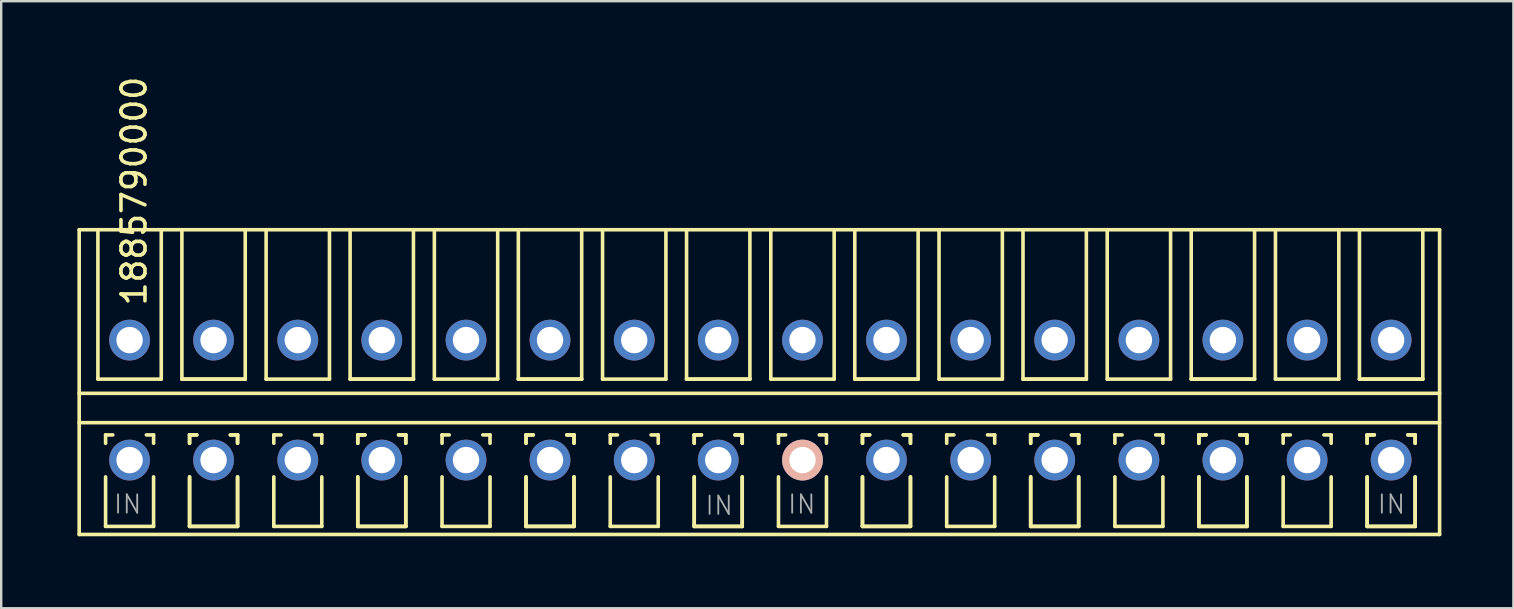
<source format=kicad_pcb>
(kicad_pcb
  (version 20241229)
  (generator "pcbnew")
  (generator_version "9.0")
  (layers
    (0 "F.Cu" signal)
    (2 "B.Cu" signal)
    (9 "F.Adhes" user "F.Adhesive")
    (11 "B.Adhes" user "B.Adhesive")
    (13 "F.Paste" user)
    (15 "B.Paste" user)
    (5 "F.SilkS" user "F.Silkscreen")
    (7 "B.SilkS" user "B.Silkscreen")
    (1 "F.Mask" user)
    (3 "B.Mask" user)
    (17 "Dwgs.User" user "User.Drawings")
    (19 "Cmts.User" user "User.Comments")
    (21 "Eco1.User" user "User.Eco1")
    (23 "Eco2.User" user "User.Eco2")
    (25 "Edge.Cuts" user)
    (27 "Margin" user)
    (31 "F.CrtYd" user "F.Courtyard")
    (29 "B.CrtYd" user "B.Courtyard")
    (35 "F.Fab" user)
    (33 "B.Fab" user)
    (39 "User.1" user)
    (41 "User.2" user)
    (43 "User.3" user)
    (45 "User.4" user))
  (footprint "1885790000"
    (layer "F.Cu")
    (at 0.25 6.523)
    (property "Reference" "1885790000" (at 2.286 3.251 90) (layer "F.SilkS") (effects (font (size 1 1) (thickness 0.15)) (justify left)))
    (attr through_hole)
    (fp_line (start 0 0) (end 56.693 0) (stroke (width 0.15) (type solid)) (layer "F.SilkS"))
    (fp_line (start 0 6.818) (end 56.693 6.818) (stroke (width 0.15) (type solid)) (layer "F.SilkS"))
    (fp_line (start 0 8.041) (end 56.693 8.041) (stroke (width 0.15) (type solid)) (layer "F.SilkS"))
    (fp_line (start 0 12.7) (end 0 0) (stroke (width 0.15) (type solid)) (layer "F.SilkS"))
    (fp_line (start 0 12.7) (end 56.693 12.7) (stroke (width 0.15) (type solid)) (layer "F.SilkS"))
    (fp_line (start 0.78 6.226) (end 0.78 0) (stroke (width 0.15) (type solid)) (layer "F.SilkS"))
    (fp_line (start 0.78 6.226) (end 3.42 6.226) (stroke (width 0.15) (type solid)) (layer "F.SilkS"))
    (fp_line (start 1.1 8.551) (end 1.4 8.551) (stroke (width 0.15) (type solid)) (layer "F.SilkS"))
    (fp_line (start 1.1 8.9) (end 1.1 8.551) (stroke (width 0.15) (type solid)) (layer "F.SilkS"))
    (fp_line (start 1.1 12.363) (end 1.1 10.3) (stroke (width 0.15) (type solid)) (layer "F.SilkS"))
    (fp_line (start 1.1 12.363) (end 3.1 12.363) (stroke (width 0.15) (type solid)) (layer "F.SilkS"))
    (fp_line (start 2.8 8.551) (end 3.1 8.551) (stroke (width 0.15) (type solid)) (layer "F.SilkS"))
    (fp_line (start 3.1 8.9) (end 3.1 8.551) (stroke (width 0.15) (type solid)) (layer "F.SilkS"))
    (fp_line (start 3.1 12.363) (end 3.1 10.3) (stroke (width 0.15) (type solid)) (layer "F.SilkS"))
    (fp_line (start 3.42 6.226) (end 3.42 0) (stroke (width 0.15) (type solid)) (layer "F.SilkS"))
    (fp_line (start 4.28 6.226) (end 4.28 0) (stroke (width 0.15) (type solid)) (layer "F.SilkS"))
    (fp_line (start 4.28 6.226) (end 6.92 6.226) (stroke (width 0.15) (type solid)) (layer "F.SilkS"))
    (fp_line (start 4.28 6.226) (end 6.92 6.226) (stroke (width 0.15) (type solid)) (layer "F.SilkS"))
    (fp_line (start 4.6 8.551) (end 4.9 8.551) (stroke (width 0.15) (type solid)) (layer "F.SilkS"))
    (fp_line (start 4.6 8.551) (end 4.9 8.551) (stroke (width 0.15) (type solid)) (layer "F.SilkS"))
    (fp_line (start 4.6 8.9) (end 4.6 8.551) (stroke (width 0.15) (type solid)) (layer "F.SilkS"))
    (fp_line (start 4.6 8.9) (end 4.6 8.551) (stroke (width 0.15) (type solid)) (layer "F.SilkS"))
    (fp_line (start 4.6 12.363) (end 4.6 10.3) (stroke (width 0.15) (type solid)) (layer "F.SilkS"))
    (fp_line (start 4.6 12.363) (end 4.6 10.3) (stroke (width 0.15) (type solid)) (layer "F.SilkS"))
    (fp_line (start 4.6 12.363) (end 6.6 12.363) (stroke (width 0.15) (type solid)) (layer "F.SilkS"))
    (fp_line (start 4.6 12.363) (end 6.6 12.363) (stroke (width 0.15) (type solid)) (layer "F.SilkS"))
    (fp_line (start 6.3 8.551) (end 6.6 8.551) (stroke (width 0.15) (type solid)) (layer "F.SilkS"))
    (fp_line (start 6.3 8.551) (end 6.6 8.551) (stroke (width 0.15) (type solid)) (layer "F.SilkS"))
    (fp_line (start 6.6 8.9) (end 6.6 8.551) (stroke (width 0.15) (type solid)) (layer "F.SilkS"))
    (fp_line (start 6.6 8.9) (end 6.6 8.551) (stroke (width 0.15) (type solid)) (layer "F.SilkS"))
    (fp_line (start 6.6 12.363) (end 6.6 10.3) (stroke (width 0.15) (type solid)) (layer "F.SilkS"))
    (fp_line (start 6.6 12.363) (end 6.6 10.3) (stroke (width 0.15) (type solid)) (layer "F.SilkS"))
    (fp_line (start 6.92 6.226) (end 6.92 0) (stroke (width 0.15) (type solid)) (layer "F.SilkS"))
    (fp_line (start 7.79 6.226) (end 7.79 0) (stroke (width 0.15) (type solid)) (layer "F.SilkS"))
    (fp_line (start 7.79 6.226) (end 10.43 6.226) (stroke (width 0.15) (type solid)) (layer "F.SilkS"))
    (fp_line (start 8.11 8.551) (end 8.41 8.551) (stroke (width 0.15) (type solid)) (layer "F.SilkS"))
    (fp_line (start 8.11 8.9) (end 8.11 8.551) (stroke (width 0.15) (type solid)) (layer "F.SilkS"))
    (fp_line (start 8.11 12.363) (end 8.11 10.3) (stroke (width 0.15) (type solid)) (layer "F.SilkS"))
    (fp_line (start 8.11 12.363) (end 10.11 12.363) (stroke (width 0.15) (type solid)) (layer "F.SilkS"))
    (fp_line (start 9.81 8.551) (end 10.11 8.551) (stroke (width 0.15) (type solid)) (layer "F.SilkS"))
    (fp_line (start 10.11 8.9) (end 10.11 8.551) (stroke (width 0.15) (type solid)) (layer "F.SilkS"))
    (fp_line (start 10.11 12.363) (end 10.11 10.3) (stroke (width 0.15) (type solid)) (layer "F.SilkS"))
    (fp_line (start 10.43 6.226) (end 10.43 0) (stroke (width 0.15) (type solid)) (layer "F.SilkS"))
    (fp_line (start 11.29 6.226) (end 11.29 0) (stroke (width 0.15) (type solid)) (layer "F.SilkS"))
    (fp_line (start 11.29 6.226) (end 13.93 6.226) (stroke (width 0.15) (type solid)) (layer "F.SilkS"))
    (fp_line (start 11.29 6.226) (end 13.93 6.226) (stroke (width 0.15) (type solid)) (layer "F.SilkS"))
    (fp_line (start 11.61 8.551) (end 11.91 8.551) (stroke (width 0.15) (type solid)) (layer "F.SilkS"))
    (fp_line (start 11.61 8.551) (end 11.91 8.551) (stroke (width 0.15) (type solid)) (layer "F.SilkS"))
    (fp_line (start 11.61 8.9) (end 11.61 8.551) (stroke (width 0.15) (type solid)) (layer "F.SilkS"))
    (fp_line (start 11.61 8.9) (end 11.61 8.551) (stroke (width 0.15) (type solid)) (layer "F.SilkS"))
    (fp_line (start 11.61 12.363) (end 11.61 10.3) (stroke (width 0.15) (type solid)) (layer "F.SilkS"))
    (fp_line (start 11.61 12.363) (end 11.61 10.3) (stroke (width 0.15) (type solid)) (layer "F.SilkS"))
    (fp_line (start 11.61 12.363) (end 13.61 12.363) (stroke (width 0.15) (type solid)) (layer "F.SilkS"))
    (fp_line (start 11.61 12.363) (end 13.61 12.363) (stroke (width 0.15) (type solid)) (layer "F.SilkS"))
    (fp_line (start 13.31 8.551) (end 13.61 8.551) (stroke (width 0.15) (type solid)) (layer "F.SilkS"))
    (fp_line (start 13.31 8.551) (end 13.61 8.551) (stroke (width 0.15) (type solid)) (layer "F.SilkS"))
    (fp_line (start 13.61 8.9) (end 13.61 8.551) (stroke (width 0.15) (type solid)) (layer "F.SilkS"))
    (fp_line (start 13.61 8.9) (end 13.61 8.551) (stroke (width 0.15) (type solid)) (layer "F.SilkS"))
    (fp_line (start 13.61 12.363) (end 13.61 10.3) (stroke (width 0.15) (type solid)) (layer "F.SilkS"))
    (fp_line (start 13.61 12.363) (end 13.61 10.3) (stroke (width 0.15) (type solid)) (layer "F.SilkS"))
    (fp_line (start 13.93 6.226) (end 13.93 0) (stroke (width 0.15) (type solid)) (layer "F.SilkS"))
    (fp_line (start 14.801 6.226) (end 14.801 0) (stroke (width 0.15) (type solid)) (layer "F.SilkS"))
    (fp_line (start 14.801 6.226) (end 17.441 6.226) (stroke (width 0.15) (type solid)) (layer "F.SilkS"))
    (fp_line (start 15.121 8.551) (end 15.421 8.551) (stroke (width 0.15) (type solid)) (layer "F.SilkS"))
    (fp_line (start 15.121 8.9) (end 15.121 8.551) (stroke (width 0.15) (type solid)) (layer "F.SilkS"))
    (fp_line (start 15.121 12.363) (end 15.121 10.3) (stroke (width 0.15) (type solid)) (layer "F.SilkS"))
    (fp_line (start 15.121 12.363) (end 17.121 12.363) (stroke (width 0.15) (type solid)) (layer "F.SilkS"))
    (fp_line (start 16.821 8.551) (end 17.121 8.551) (stroke (width 0.15) (type solid)) (layer "F.SilkS"))
    (fp_line (start 17.121 8.9) (end 17.121 8.551) (stroke (width 0.15) (type solid)) (layer "F.SilkS"))
    (fp_line (start 17.121 12.363) (end 17.121 10.3) (stroke (width 0.15) (type solid)) (layer "F.SilkS"))
    (fp_line (start 17.441 6.226) (end 17.441 0) (stroke (width 0.15) (type solid)) (layer "F.SilkS"))
    (fp_line (start 18.301 6.226) (end 18.301 0) (stroke (width 0.15) (type solid)) (layer "F.SilkS"))
    (fp_line (start 18.301 6.226) (end 20.941 6.226) (stroke (width 0.15) (type solid)) (layer "F.SilkS"))
    (fp_line (start 18.301 6.226) (end 20.941 6.226) (stroke (width 0.15) (type solid)) (layer "F.SilkS"))
    (fp_line (start 18.621 8.551) (end 18.921 8.551) (stroke (width 0.15) (type solid)) (layer "F.SilkS"))
    (fp_line (start 18.621 8.551) (end 18.921 8.551) (stroke (width 0.15) (type solid)) (layer "F.SilkS"))
    (fp_line (start 18.621 8.9) (end 18.621 8.551) (stroke (width 0.15) (type solid)) (layer "F.SilkS"))
    (fp_line (start 18.621 8.9) (end 18.621 8.551) (stroke (width 0.15) (type solid)) (layer "F.SilkS"))
    (fp_line (start 18.621 12.363) (end 18.621 10.3) (stroke (width 0.15) (type solid)) (layer "F.SilkS"))
    (fp_line (start 18.621 12.363) (end 18.621 10.3) (stroke (width 0.15) (type solid)) (layer "F.SilkS"))
    (fp_line (start 18.621 12.363) (end 20.621 12.363) (stroke (width 0.15) (type solid)) (layer "F.SilkS"))
    (fp_line (start 18.621 12.363) (end 20.621 12.363) (stroke (width 0.15) (type solid)) (layer "F.SilkS"))
    (fp_line (start 20.321 8.551) (end 20.621 8.551) (stroke (width 0.15) (type solid)) (layer "F.SilkS"))
    (fp_line (start 20.321 8.551) (end 20.621 8.551) (stroke (width 0.15) (type solid)) (layer "F.SilkS"))
    (fp_line (start 20.621 8.9) (end 20.621 8.551) (stroke (width 0.15) (type solid)) (layer "F.SilkS"))
    (fp_line (start 20.621 8.9) (end 20.621 8.551) (stroke (width 0.15) (type solid)) (layer "F.SilkS"))
    (fp_line (start 20.621 12.363) (end 20.621 10.3) (stroke (width 0.15) (type solid)) (layer "F.SilkS"))
    (fp_line (start 20.621 12.363) (end 20.621 10.3) (stroke (width 0.15) (type solid)) (layer "F.SilkS"))
    (fp_line (start 20.941 6.226) (end 20.941 0) (stroke (width 0.15) (type solid)) (layer "F.SilkS"))
    (fp_line (start 21.811 6.226) (end 21.811 0) (stroke (width 0.15) (type solid)) (layer "F.SilkS"))
    (fp_line (start 21.811 6.226) (end 24.451 6.226) (stroke (width 0.15) (type solid)) (layer "F.SilkS"))
    (fp_line (start 22.131 8.551) (end 22.431 8.551) (stroke (width 0.15) (type solid)) (layer "F.SilkS"))
    (fp_line (start 22.131 8.9) (end 22.131 8.551) (stroke (width 0.15) (type solid)) (layer "F.SilkS"))
    (fp_line (start 22.131 12.363) (end 22.131 10.3) (stroke (width 0.15) (type solid)) (layer "F.SilkS"))
    (fp_line (start 22.131 12.363) (end 24.131 12.363) (stroke (width 0.15) (type solid)) (layer "F.SilkS"))
    (fp_line (start 23.831 8.551) (end 24.131 8.551) (stroke (width 0.15) (type solid)) (layer "F.SilkS"))
    (fp_line (start 24.131 8.9) (end 24.131 8.551) (stroke (width 0.15) (type solid)) (layer "F.SilkS"))
    (fp_line (start 24.131 12.363) (end 24.131 10.3) (stroke (width 0.15) (type solid)) (layer "F.SilkS"))
    (fp_line (start 24.451 6.226) (end 24.451 0) (stroke (width 0.15) (type solid)) (layer "F.SilkS"))
    (fp_line (start 25.311 6.226) (end 25.311 0) (stroke (width 0.15) (type solid)) (layer "F.SilkS"))
    (fp_line (start 25.311 6.226) (end 27.951 6.226) (stroke (width 0.15) (type solid)) (layer "F.SilkS"))
    (fp_line (start 25.311 6.226) (end 27.951 6.226) (stroke (width 0.15) (type solid)) (layer "F.SilkS"))
    (fp_line (start 25.631 8.551) (end 25.931 8.551) (stroke (width 0.15) (type solid)) (layer "F.SilkS"))
    (fp_line (start 25.631 8.551) (end 25.931 8.551) (stroke (width 0.15) (type solid)) (layer "F.SilkS"))
    (fp_line (start 25.631 8.9) (end 25.631 8.551) (stroke (width 0.15) (type solid)) (layer "F.SilkS"))
    (fp_line (start 25.631 8.9) (end 25.631 8.551) (stroke (width 0.15) (type solid)) (layer "F.SilkS"))
    (fp_line (start 25.631 12.363) (end 25.631 10.3) (stroke (width 0.15) (type solid)) (layer "F.SilkS"))
    (fp_line (start 25.631 12.363) (end 25.631 10.3) (stroke (width 0.15) (type solid)) (layer "F.SilkS"))
    (fp_line (start 25.631 12.363) (end 27.631 12.363) (stroke (width 0.15) (type solid)) (layer "F.SilkS"))
    (fp_line (start 25.631 12.363) (end 27.631 12.363) (stroke (width 0.15) (type solid)) (layer "F.SilkS"))
    (fp_line (start 27.331 8.551) (end 27.631 8.551) (stroke (width 0.15) (type solid)) (layer "F.SilkS"))
    (fp_line (start 27.331 8.551) (end 27.631 8.551) (stroke (width 0.15) (type solid)) (layer "F.SilkS"))
    (fp_line (start 27.631 8.9) (end 27.631 8.551) (stroke (width 0.15) (type solid)) (layer "F.SilkS"))
    (fp_line (start 27.631 8.9) (end 27.631 8.551) (stroke (width 0.15) (type solid)) (layer "F.SilkS"))
    (fp_line (start 27.631 12.363) (end 27.631 10.3) (stroke (width 0.15) (type solid)) (layer "F.SilkS"))
    (fp_line (start 27.631 12.363) (end 27.631 10.3) (stroke (width 0.15) (type solid)) (layer "F.SilkS"))
    (fp_line (start 27.951 6.226) (end 27.951 0) (stroke (width 0.15) (type solid)) (layer "F.SilkS"))
    (fp_line (start 28.822 6.226) (end 28.822 0) (stroke (width 0.15) (type solid)) (layer "F.SilkS"))
    (fp_line (start 28.822 6.226) (end 31.462 6.226) (stroke (width 0.15) (type solid)) (layer "F.SilkS"))
    (fp_line (start 29.142 8.551) (end 29.442 8.551) (stroke (width 0.15) (type solid)) (layer "F.SilkS"))
    (fp_line (start 29.142 8.9) (end 29.142 8.551) (stroke (width 0.15) (type solid)) (layer "F.SilkS"))
    (fp_line (start 29.142 12.363) (end 29.142 10.3) (stroke (width 0.15) (type solid)) (layer "F.SilkS"))
    (fp_line (start 29.142 12.363) (end 31.142 12.363) (stroke (width 0.15) (type solid)) (layer "F.SilkS"))
    (fp_line (start 30.842 8.551) (end 31.142 8.551) (stroke (width 0.15) (type solid)) (layer "F.SilkS"))
    (fp_line (start 31.142 8.9) (end 31.142 8.551) (stroke (width 0.15) (type solid)) (layer "F.SilkS"))
    (fp_line (start 31.142 12.363) (end 31.142 10.3) (stroke (width 0.15) (type solid)) (layer "F.SilkS"))
    (fp_line (start 31.462 6.226) (end 31.462 0) (stroke (width 0.15) (type solid)) (layer "F.SilkS"))
    (fp_line (start 32.322 6.226) (end 32.322 0) (stroke (width 0.15) (type solid)) (layer "F.SilkS"))
    (fp_line (start 32.322 6.226) (end 34.962 6.226) (stroke (width 0.15) (type solid)) (layer "F.SilkS"))
    (fp_line (start 32.322 6.226) (end 34.962 6.226) (stroke (width 0.15) (type solid)) (layer "F.SilkS"))
    (fp_line (start 32.642 8.551) (end 32.942 8.551) (stroke (width 0.15) (type solid)) (layer "F.SilkS"))
    (fp_line (start 32.642 8.551) (end 32.942 8.551) (stroke (width 0.15) (type solid)) (layer "F.SilkS"))
    (fp_line (start 32.642 8.9) (end 32.642 8.551) (stroke (width 0.15) (type solid)) (layer "F.SilkS"))
    (fp_line (start 32.642 8.9) (end 32.642 8.551) (stroke (width 0.15) (type solid)) (layer "F.SilkS"))
    (fp_line (start 32.642 12.363) (end 32.642 10.3) (stroke (width 0.15) (type solid)) (layer "F.SilkS"))
    (fp_line (start 32.642 12.363) (end 32.642 10.3) (stroke (width 0.15) (type solid)) (layer "F.SilkS"))
    (fp_line (start 32.642 12.363) (end 34.642 12.363) (stroke (width 0.15) (type solid)) (layer "F.SilkS"))
    (fp_line (start 32.642 12.363) (end 34.642 12.363) (stroke (width 0.15) (type solid)) (layer "F.SilkS"))
    (fp_line (start 34.342 8.551) (end 34.642 8.551) (stroke (width 0.15) (type solid)) (layer "F.SilkS"))
    (fp_line (start 34.342 8.551) (end 34.642 8.551) (stroke (width 0.15) (type solid)) (layer "F.SilkS"))
    (fp_line (start 34.642 8.9) (end 34.642 8.551) (stroke (width 0.15) (type solid)) (layer "F.SilkS"))
    (fp_line (start 34.642 8.9) (end 34.642 8.551) (stroke (width 0.15) (type solid)) (layer "F.SilkS"))
    (fp_line (start 34.642 12.363) (end 34.642 10.3) (stroke (width 0.15) (type solid)) (layer "F.SilkS"))
    (fp_line (start 34.642 12.363) (end 34.642 10.3) (stroke (width 0.15) (type solid)) (layer "F.SilkS"))
    (fp_line (start 34.962 6.226) (end 34.962 0) (stroke (width 0.15) (type solid)) (layer "F.SilkS"))
    (fp_line (start 35.832 6.226) (end 35.832 0) (stroke (width 0.15) (type solid)) (layer "F.SilkS"))
    (fp_line (start 35.832 6.226) (end 38.472 6.226) (stroke (width 0.15) (type solid)) (layer "F.SilkS"))
    (fp_line (start 36.152 8.551) (end 36.452 8.551) (stroke (width 0.15) (type solid)) (layer "F.SilkS"))
    (fp_line (start 36.152 8.9) (end 36.152 8.551) (stroke (width 0.15) (type solid)) (layer "F.SilkS"))
    (fp_line (start 36.152 12.363) (end 36.152 10.3) (stroke (width 0.15) (type solid)) (layer "F.SilkS"))
    (fp_line (start 36.152 12.363) (end 38.152 12.363) (stroke (width 0.15) (type solid)) (layer "F.SilkS"))
    (fp_line (start 37.852 8.551) (end 38.152 8.551) (stroke (width 0.15) (type solid)) (layer "F.SilkS"))
    (fp_line (start 38.152 8.9) (end 38.152 8.551) (stroke (width 0.15) (type solid)) (layer "F.SilkS"))
    (fp_line (start 38.152 12.363) (end 38.152 10.3) (stroke (width 0.15) (type solid)) (layer "F.SilkS"))
    (fp_line (start 38.472 6.226) (end 38.472 0) (stroke (width 0.15) (type solid)) (layer "F.SilkS"))
    (fp_line (start 39.332 6.226) (end 39.332 0) (stroke (width 0.15) (type solid)) (layer "F.SilkS"))
    (fp_line (start 39.332 6.226) (end 41.972 6.226) (stroke (width 0.15) (type solid)) (layer "F.SilkS"))
    (fp_line (start 39.332 6.226) (end 41.972 6.226) (stroke (width 0.15) (type solid)) (layer "F.SilkS"))
    (fp_line (start 39.652 8.551) (end 39.952 8.551) (stroke (width 0.15) (type solid)) (layer "F.SilkS"))
    (fp_line (start 39.652 8.551) (end 39.952 8.551) (stroke (width 0.15) (type solid)) (layer "F.SilkS"))
    (fp_line (start 39.652 8.9) (end 39.652 8.551) (stroke (width 0.15) (type solid)) (layer "F.SilkS"))
    (fp_line (start 39.652 8.9) (end 39.652 8.551) (stroke (width 0.15) (type solid)) (layer "F.SilkS"))
    (fp_line (start 39.652 12.363) (end 39.652 10.3) (stroke (width 0.15) (type solid)) (layer "F.SilkS"))
    (fp_line (start 39.652 12.363) (end 39.652 10.3) (stroke (width 0.15) (type solid)) (layer "F.SilkS"))
    (fp_line (start 39.652 12.363) (end 41.652 12.363) (stroke (width 0.15) (type solid)) (layer "F.SilkS"))
    (fp_line (start 39.652 12.363) (end 41.652 12.363) (stroke (width 0.15) (type solid)) (layer "F.SilkS"))
    (fp_line (start 41.352 8.551) (end 41.652 8.551) (stroke (width 0.15) (type solid)) (layer "F.SilkS"))
    (fp_line (start 41.352 8.551) (end 41.652 8.551) (stroke (width 0.15) (type solid)) (layer "F.SilkS"))
    (fp_line (start 41.652 8.9) (end 41.652 8.551) (stroke (width 0.15) (type solid)) (layer "F.SilkS"))
    (fp_line (start 41.652 8.9) (end 41.652 8.551) (stroke (width 0.15) (type solid)) (layer "F.SilkS"))
    (fp_line (start 41.652 12.363) (end 41.652 10.3) (stroke (width 0.15) (type solid)) (layer "F.SilkS"))
    (fp_line (start 41.652 12.363) (end 41.652 10.3) (stroke (width 0.15) (type solid)) (layer "F.SilkS"))
    (fp_line (start 41.972 6.226) (end 41.972 0) (stroke (width 0.15) (type solid)) (layer "F.SilkS"))
    (fp_line (start 42.842 6.226) (end 42.842 0) (stroke (width 0.15) (type solid)) (layer "F.SilkS"))
    (fp_line (start 42.842 6.226) (end 45.482 6.226) (stroke (width 0.15) (type solid)) (layer "F.SilkS"))
    (fp_line (start 43.162 8.551) (end 43.462 8.551) (stroke (width 0.15) (type solid)) (layer "F.SilkS"))
    (fp_line (start 43.162 8.9) (end 43.162 8.551) (stroke (width 0.15) (type solid)) (layer "F.SilkS"))
    (fp_line (start 43.162 12.363) (end 43.162 10.3) (stroke (width 0.15) (type solid)) (layer "F.SilkS"))
    (fp_line (start 43.162 12.363) (end 45.162 12.363) (stroke (width 0.15) (type solid)) (layer "F.SilkS"))
    (fp_line (start 44.862 8.551) (end 45.162 8.551) (stroke (width 0.15) (type solid)) (layer "F.SilkS"))
    (fp_line (start 45.162 8.9) (end 45.162 8.551) (stroke (width 0.15) (type solid)) (layer "F.SilkS"))
    (fp_line (start 45.162 12.363) (end 45.162 10.3) (stroke (width 0.15) (type solid)) (layer "F.SilkS"))
    (fp_line (start 45.482 6.226) (end 45.482 0) (stroke (width 0.15) (type solid)) (layer "F.SilkS"))
    (fp_line (start 46.342 6.226) (end 46.342 0) (stroke (width 0.15) (type solid)) (layer "F.SilkS"))
    (fp_line (start 46.342 6.226) (end 48.982 6.226) (stroke (width 0.15) (type solid)) (layer "F.SilkS"))
    (fp_line (start 46.342 6.226) (end 48.982 6.226) (stroke (width 0.15) (type solid)) (layer "F.SilkS"))
    (fp_line (start 46.662 8.551) (end 46.962 8.551) (stroke (width 0.15) (type solid)) (layer "F.SilkS"))
    (fp_line (start 46.662 8.551) (end 46.962 8.551) (stroke (width 0.15) (type solid)) (layer "F.SilkS"))
    (fp_line (start 46.662 8.9) (end 46.662 8.551) (stroke (width 0.15) (type solid)) (layer "F.SilkS"))
    (fp_line (start 46.662 8.9) (end 46.662 8.551) (stroke (width 0.15) (type solid)) (layer "F.SilkS"))
    (fp_line (start 46.662 12.363) (end 46.662 10.3) (stroke (width 0.15) (type solid)) (layer "F.SilkS"))
    (fp_line (start 46.662 12.363) (end 46.662 10.3) (stroke (width 0.15) (type solid)) (layer "F.SilkS"))
    (fp_line (start 46.662 12.363) (end 48.662 12.363) (stroke (width 0.15) (type solid)) (layer "F.SilkS"))
    (fp_line (start 46.662 12.363) (end 48.662 12.363) (stroke (width 0.15) (type solid)) (layer "F.SilkS"))
    (fp_line (start 48.362 8.551) (end 48.662 8.551) (stroke (width 0.15) (type solid)) (layer "F.SilkS"))
    (fp_line (start 48.362 8.551) (end 48.662 8.551) (stroke (width 0.15) (type solid)) (layer "F.SilkS"))
    (fp_line (start 48.662 8.9) (end 48.662 8.551) (stroke (width 0.15) (type solid)) (layer "F.SilkS"))
    (fp_line (start 48.662 8.9) (end 48.662 8.551) (stroke (width 0.15) (type solid)) (layer "F.SilkS"))
    (fp_line (start 48.662 12.363) (end 48.662 10.3) (stroke (width 0.15) (type solid)) (layer "F.SilkS"))
    (fp_line (start 48.662 12.363) (end 48.662 10.3) (stroke (width 0.15) (type solid)) (layer "F.SilkS"))
    (fp_line (start 48.982 6.226) (end 48.982 0) (stroke (width 0.15) (type solid)) (layer "F.SilkS"))
    (fp_line (start 49.853 6.226) (end 49.853 0) (stroke (width 0.15) (type solid)) (layer "F.SilkS"))
    (fp_line (start 49.853 6.226) (end 52.493 6.226) (stroke (width 0.15) (type solid)) (layer "F.SilkS"))
    (fp_line (start 50.173 8.551) (end 50.473 8.551) (stroke (width 0.15) (type solid)) (layer "F.SilkS"))
    (fp_line (start 50.173 8.9) (end 50.173 8.551) (stroke (width 0.15) (type solid)) (layer "F.SilkS"))
    (fp_line (start 50.173 12.363) (end 50.173 10.3) (stroke (width 0.15) (type solid)) (layer "F.SilkS"))
    (fp_line (start 50.173 12.363) (end 52.173 12.363) (stroke (width 0.15) (type solid)) (layer "F.SilkS"))
    (fp_line (start 51.873 8.551) (end 52.173 8.551) (stroke (width 0.15) (type solid)) (layer "F.SilkS"))
    (fp_line (start 52.173 8.9) (end 52.173 8.551) (stroke (width 0.15) (type solid)) (layer "F.SilkS"))
    (fp_line (start 52.173 12.363) (end 52.173 10.3) (stroke (width 0.15) (type solid)) (layer "F.SilkS"))
    (fp_line (start 52.493 6.226) (end 52.493 0) (stroke (width 0.15) (type solid)) (layer "F.SilkS"))
    (fp_line (start 53.353 6.226) (end 53.353 0) (stroke (width 0.15) (type solid)) (layer "F.SilkS"))
    (fp_line (start 53.353 6.226) (end 55.993 6.226) (stroke (width 0.15) (type solid)) (layer "F.SilkS"))
    (fp_line (start 53.353 6.226) (end 55.993 6.226) (stroke (width 0.15) (type solid)) (layer "F.SilkS"))
    (fp_line (start 53.673 8.551) (end 53.973 8.551) (stroke (width 0.15) (type solid)) (layer "F.SilkS"))
    (fp_line (start 53.673 8.551) (end 53.973 8.551) (stroke (width 0.15) (type solid)) (layer "F.SilkS"))
    (fp_line (start 53.673 8.9) (end 53.673 8.551) (stroke (width 0.15) (type solid)) (layer "F.SilkS"))
    (fp_line (start 53.673 8.9) (end 53.673 8.551) (stroke (width 0.15) (type solid)) (layer "F.SilkS"))
    (fp_line (start 53.673 12.363) (end 53.673 10.3) (stroke (width 0.15) (type solid)) (layer "F.SilkS"))
    (fp_line (start 53.673 12.363) (end 53.673 10.3) (stroke (width 0.15) (type solid)) (layer "F.SilkS"))
    (fp_line (start 53.673 12.363) (end 55.673 12.363) (stroke (width 0.15) (type solid)) (layer "F.SilkS"))
    (fp_line (start 53.673 12.363) (end 55.673 12.363) (stroke (width 0.15) (type solid)) (layer "F.SilkS"))
    (fp_line (start 55.373 8.551) (end 55.673 8.551) (stroke (width 0.15) (type solid)) (layer "F.SilkS"))
    (fp_line (start 55.373 8.551) (end 55.673 8.551) (stroke (width 0.15) (type solid)) (layer "F.SilkS"))
    (fp_line (start 55.673 8.9) (end 55.673 8.551) (stroke (width 0.15) (type solid)) (layer "F.SilkS"))
    (fp_line (start 55.673 8.9) (end 55.673 8.551) (stroke (width 0.15) (type solid)) (layer "F.SilkS"))
    (fp_line (start 55.673 12.363) (end 55.673 10.3) (stroke (width 0.15) (type solid)) (layer "F.SilkS"))
    (fp_line (start 55.673 12.363) (end 55.673 10.3) (stroke (width 0.15) (type solid)) (layer "F.SilkS"))
    (fp_line (start 55.993 6.226) (end 55.993 0) (stroke (width 0.15) (type solid)) (layer "F.SilkS"))
    (fp_line (start 56.693 12.7) (end 56.693 0) (stroke (width 0.15) (type solid)) (layer "F.SilkS"))
    (fp_text user "IN" (at 26.67 11.493 0) (layer "F.Fab") (effects (font (size 0.762 0.762) (thickness 0.076))))
    (fp_text user "IN" (at 54.686 11.443 0) (layer "F.Fab") (effects (font (size 0.762 0.762) (thickness 0.076))))
    (fp_text user "IN" (at 2.019 11.443 0) (layer "F.Fab") (effects (font (size 0.762 0.762) (thickness 0.076))))
    (fp_text user "IN" (at 30.112 11.443 0) (layer "F.Fab") (effects (font (size 0.762 0.762) (thickness 0.076))))
    (pad "1" thru_hole circle (at 2.1 4.6) (size 1.7 1.7) (drill 1.1) (layers "*.Cu" "*.Mask"))
    (pad "1" thru_hole circle (at 2.1 9.6) (size 1.7 1.7) (drill 1.1) (layers "*.Cu" "*.Mask"))
    (pad "2" thru_hole circle (at 5.6 4.6) (size 1.7 1.7) (drill 1.1) (layers "*.Cu" "*.Mask"))
    (pad "2" thru_hole circle (at 5.6 9.6) (size 1.7 1.7) (drill 1.1) (layers "*.Cu" "*.Mask"))
    (pad "3" thru_hole circle (at 9.11 4.6) (size 1.7 1.7) (drill 1.1) (layers "*.Cu" "*.Mask"))
    (pad "3" thru_hole circle (at 9.11 9.6) (size 1.7 1.7) (drill 1.1) (layers "*.Cu" "*.Mask"))
    (pad "4" thru_hole circle (at 12.61 4.6) (size 1.7 1.7) (drill 1.1) (layers "*.Cu" "*.Mask"))
    (pad "4" thru_hole circle (at 12.61 9.6) (size 1.7 1.7) (drill 1.1) (layers "*.Cu" "*.Mask"))
    (pad "5" thru_hole circle (at 16.121 4.6) (size 1.7 1.7) (drill 1.1) (layers "*.Cu" "*.Mask"))
    (pad "5" thru_hole circle (at 16.121 9.6) (size 1.7 1.7) (drill 1.1) (layers "*.Cu" "*.Mask"))
    (pad "6" thru_hole circle (at 19.621 4.6) (size 1.7 1.7) (drill 1.1) (layers "*.Cu" "*.Mask"))
    (pad "6" thru_hole circle (at 19.621 9.6) (size 1.7 1.7) (drill 1.1) (layers "*.Cu" "*.Mask"))
    (pad "7" thru_hole circle (at 23.131 4.6) (size 1.7 1.7) (drill 1.1) (layers "*.Cu" "*.Mask"))
    (pad "7" thru_hole circle (at 23.131 9.6) (size 1.7 1.7) (drill 1.1) (layers "*.Cu" "*.Mask"))
    (pad "8" thru_hole circle (at 26.631 4.6) (size 1.7 1.7) (drill 1.1) (layers "*.Cu" "*.Mask"))
    (pad "8" thru_hole circle (at 26.631 9.6) (size 1.7 1.7) (drill 1.1) (layers "*.Cu" "*.Mask"))
    (pad "9" thru_hole circle (at 30.142 4.6) (size 1.7 1.7) (drill 1.1) (layers "*.Cu" "*.Mask"))
    (pad "9" thru_hole circle (at 30.142 9.6) (size 1.7 1.7) (drill 1.1) (layers "*.Cu" "F.Mask" "B.SilkS"))
    (pad "10" thru_hole circle (at 33.642 4.6) (size 1.7 1.7) (drill 1.1) (layers "*.Cu" "*.Mask"))
    (pad "10" thru_hole circle (at 33.642 9.6) (size 1.7 1.7) (drill 1.1) (layers "*.Cu" "*.Mask"))
    (pad "11" thru_hole circle (at 37.152 4.6) (size 1.7 1.7) (drill 1.1) (layers "*.Cu" "*.Mask"))
    (pad "11" thru_hole circle (at 37.152 9.6) (size 1.7 1.7) (drill 1.1) (layers "*.Cu" "*.Mask"))
    (pad "12" thru_hole circle (at 40.652 4.6) (size 1.7 1.7) (drill 1.1) (layers "*.Cu" "*.Mask"))
    (pad "12" thru_hole circle (at 40.652 9.6) (size 1.7 1.7) (drill 1.1) (layers "*.Cu" "*.Mask"))
    (pad "13" thru_hole circle (at 44.162 4.6) (size 1.7 1.7) (drill 1.1) (layers "*.Cu" "*.Mask"))
    (pad "13" thru_hole circle (at 44.162 9.6) (size 1.7 1.7) (drill 1.1) (layers "*.Cu" "*.Mask"))
    (pad "14" thru_hole circle (at 47.662 4.6) (size 1.7 1.7) (drill 1.1) (layers "*.Cu" "*.Mask"))
    (pad "14" thru_hole circle (at 47.662 9.6) (size 1.7 1.7) (drill 1.1) (layers "*.Cu" "*.Mask"))
    (pad "15" thru_hole circle (at 51.173 4.6) (size 1.7 1.7) (drill 1.1) (layers "*.Cu" "*.Mask"))
    (pad "15" thru_hole circle (at 51.173 9.6) (size 1.7 1.7) (drill 1.1) (layers "*.Cu" "*.Mask"))
    (pad "16" thru_hole circle (at 54.673 4.6) (size 1.7 1.7) (drill 1.1) (layers "*.Cu" "*.Mask"))
    (pad "16" thru_hole circle (at 54.673 9.6) (size 1.7 1.7) (drill 1.1) (layers "*.Cu" "*.Mask")))
  (gr_rect
    (start -3 -3)
    (end 60.018 22.298)
    (stroke (width 0.1) (type default))
    (fill no)
    (layer "Edge.Cuts")))
</source>
